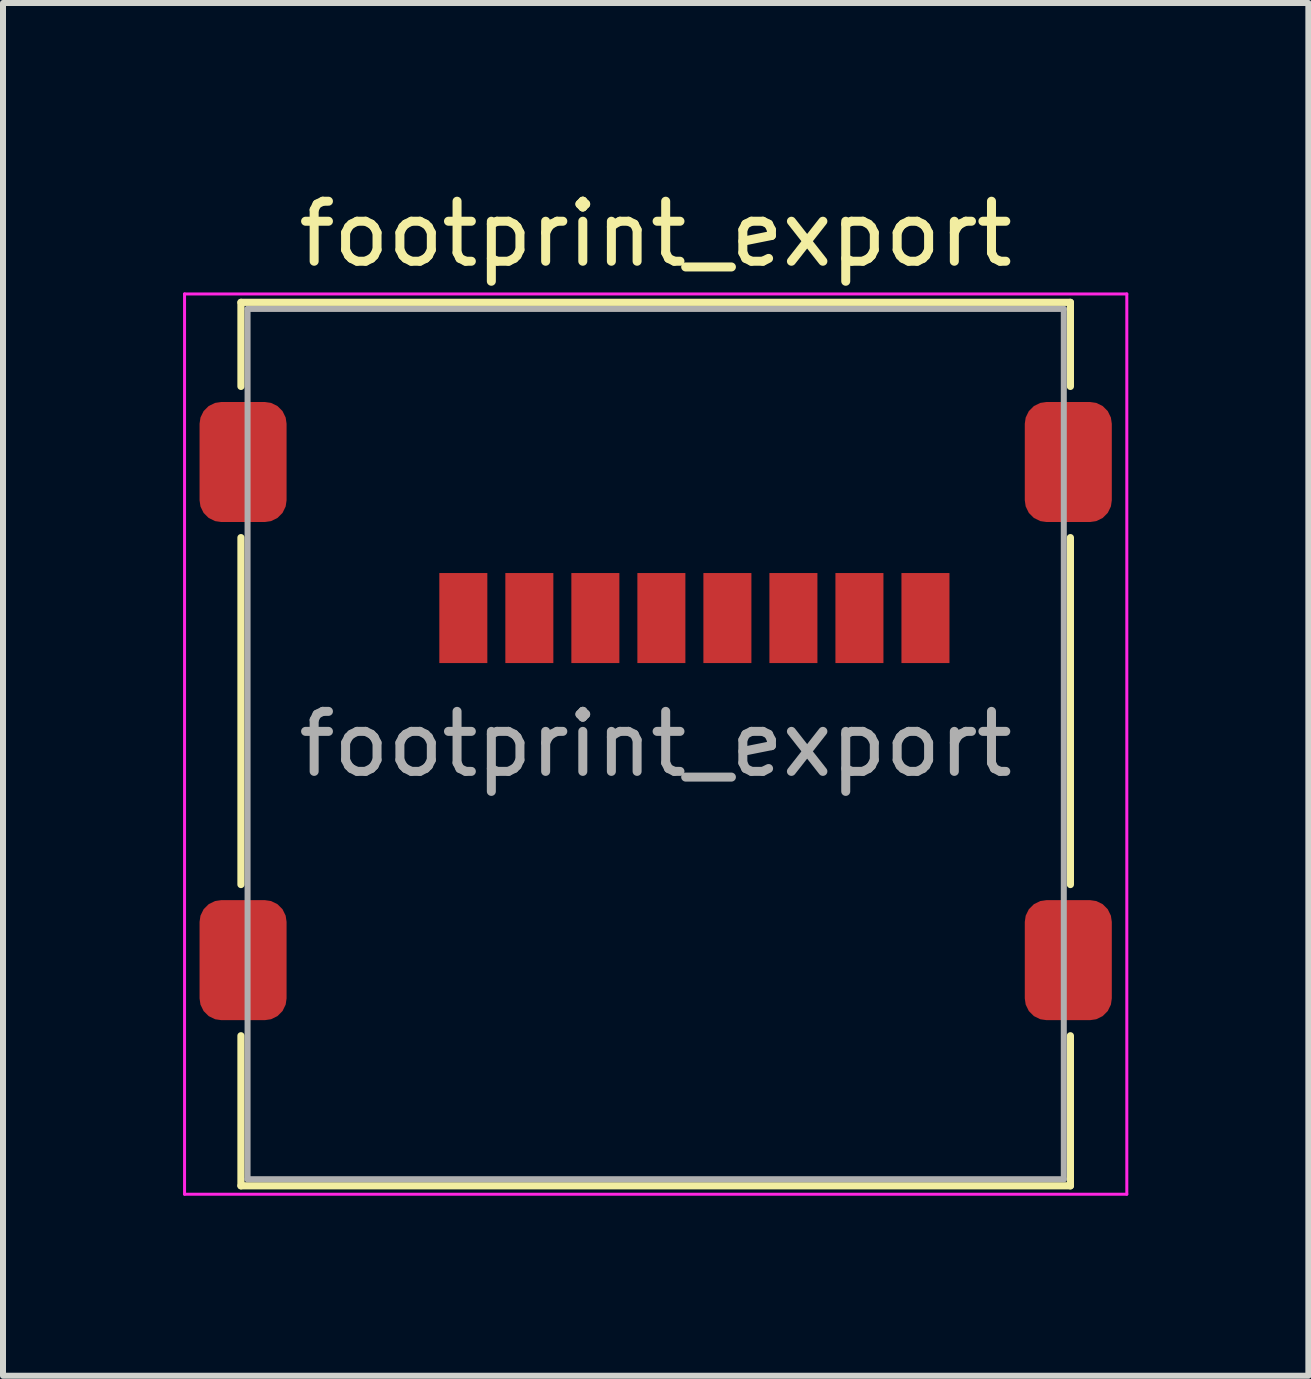
<source format=kicad_pcb>
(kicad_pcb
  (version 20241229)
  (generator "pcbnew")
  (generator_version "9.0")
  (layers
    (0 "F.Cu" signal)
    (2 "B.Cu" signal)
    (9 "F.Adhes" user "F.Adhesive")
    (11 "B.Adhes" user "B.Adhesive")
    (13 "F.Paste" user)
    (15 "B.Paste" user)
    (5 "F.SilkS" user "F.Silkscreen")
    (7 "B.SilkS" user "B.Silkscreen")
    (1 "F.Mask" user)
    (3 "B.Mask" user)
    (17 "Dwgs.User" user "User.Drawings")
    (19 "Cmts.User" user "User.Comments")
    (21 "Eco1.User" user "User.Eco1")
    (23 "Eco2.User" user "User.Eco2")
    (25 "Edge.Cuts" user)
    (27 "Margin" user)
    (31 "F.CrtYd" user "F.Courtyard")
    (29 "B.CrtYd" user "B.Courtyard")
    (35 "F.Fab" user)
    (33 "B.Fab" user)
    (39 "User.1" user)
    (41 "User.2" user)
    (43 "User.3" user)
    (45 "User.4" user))
  (footprint "footprint_export"
    (layer "F.Cu")
    (at 7.875 9.348)
    (property "Reference" "footprint_export" (at 0 -8.5 0) (unlocked yes) (layer "F.SilkS") (effects (font (size 1 1) (thickness 0.15))))
    (attr smd)
    (fp_line (start -6.91 -7.36) (end -6.91 -5.96) (stroke (width 0.12) (type solid)) (layer "F.SilkS"))
    (fp_line (start -6.91 -7.36) (end 6.91 -7.36) (stroke (width 0.12) (type solid)) (layer "F.SilkS"))
    (fp_line (start -6.91 2.34) (end -6.91 -3.44) (stroke (width 0.12) (type solid)) (layer "F.SilkS"))
    (fp_line (start -6.91 4.86) (end -6.91 7.36) (stroke (width 0.12) (type solid)) (layer "F.SilkS"))
    (fp_line (start -6.91 7.36) (end 6.91 7.36) (stroke (width 0.12) (type solid)) (layer "F.SilkS"))
    (fp_line (start 6.91 -7.36) (end 6.91 -5.96) (stroke (width 0.12) (type solid)) (layer "F.SilkS"))
    (fp_line (start 6.91 -3.44) (end 6.91 2.34) (stroke (width 0.12) (type solid)) (layer "F.SilkS"))
    (fp_line (start 6.91 4.86) (end 6.91 7.36) (stroke (width 0.12) (type solid)) (layer "F.SilkS"))
    (fp_line (start -7.85 -7.5) (end -7.85 7.5) (stroke (width 0.05) (type solid)) (layer "F.CrtYd"))
    (fp_line (start -7.85 -7.5) (end 7.85 -7.5) (stroke (width 0.05) (type solid)) (layer "F.CrtYd"))
    (fp_line (start -7.85 7.5) (end 7.85 7.5) (stroke (width 0.05) (type solid)) (layer "F.CrtYd"))
    (fp_line (start 7.85 -7.5) (end 7.85 7.5) (stroke (width 0.05) (type solid)) (layer "F.CrtYd"))
    (fp_line (start -6.8 -7.25) (end 6.8 -7.25) (stroke (width 0.1) (type solid)) (layer "F.Fab"))
    (fp_line (start -6.8 7.25) (end -6.8 -7.25) (stroke (width 0.1) (type solid)) (layer "F.Fab"))
    (fp_line (start -6.8 7.25) (end 6.8 7.25) (stroke (width 0.1) (type solid)) (layer "F.Fab"))
    (fp_line (start 6.8 -7.25) (end 6.8 7.25) (stroke (width 0.1) (type solid)) (layer "F.Fab"))
    (fp_text user "${REFERENCE}" (at 0 0 0) (unlocked yes) (layer "F.Fab") (effects (font (size 1 1) (thickness 0.15))))
    (pad "1" smd rect (at -3.205 -2.1) (size 0.8 1.5) (layers "F.Cu" "F.Mask" "F.Paste"))
    (pad "2" smd rect (at -2.105 -2.1) (size 0.8 1.5) (layers "F.Cu" "F.Mask" "F.Paste"))
    (pad "3" smd rect (at -1.005 -2.1) (size 0.8 1.5) (layers "F.Cu" "F.Mask" "F.Paste"))
    (pad "4" smd rect (at 0.095 -2.1) (size 0.8 1.5) (layers "F.Cu" "F.Mask" "F.Paste"))
    (pad "5" smd rect (at 1.195 -2.1) (size 0.8 1.5) (layers "F.Cu" "F.Mask" "F.Paste"))
    (pad "6" smd rect (at 2.295 -2.1) (size 0.8 1.5) (layers "F.Cu" "F.Mask" "F.Paste"))
    (pad "7" smd rect (at 3.395 -2.1) (size 0.8 1.5) (layers "F.Cu" "F.Mask" "F.Paste"))
    (pad "8" smd rect (at 4.495 -2.1) (size 0.8 1.5) (layers "F.Cu" "F.Mask" "F.Paste"))
    (pad "9" smd roundrect (at -6.875 -4.7) (size 1.45 2) (layers "F.Cu" "F.Mask" "F.Paste") (roundrect_rratio 0.25))
    (pad "9" smd roundrect (at -6.875 3.6) (size 1.45 2) (layers "F.Cu" "F.Mask" "F.Paste") (roundrect_rratio 0.25))
    (pad "9" smd roundrect (at 6.875 -4.7) (size 1.45 2) (layers "F.Cu" "F.Mask" "F.Paste") (roundrect_rratio 0.25))
    (pad "9" smd roundrect (at 6.875 3.6) (size 1.45 2) (layers "F.Cu" "F.Mask" "F.Paste") (roundrect_rratio 0.25)))
  (gr_rect
    (start -3 -3)
    (end 18.75 19.873)
    (stroke (width 0.1) (type default))
    (fill no)
    (layer "Edge.Cuts")))
</source>
